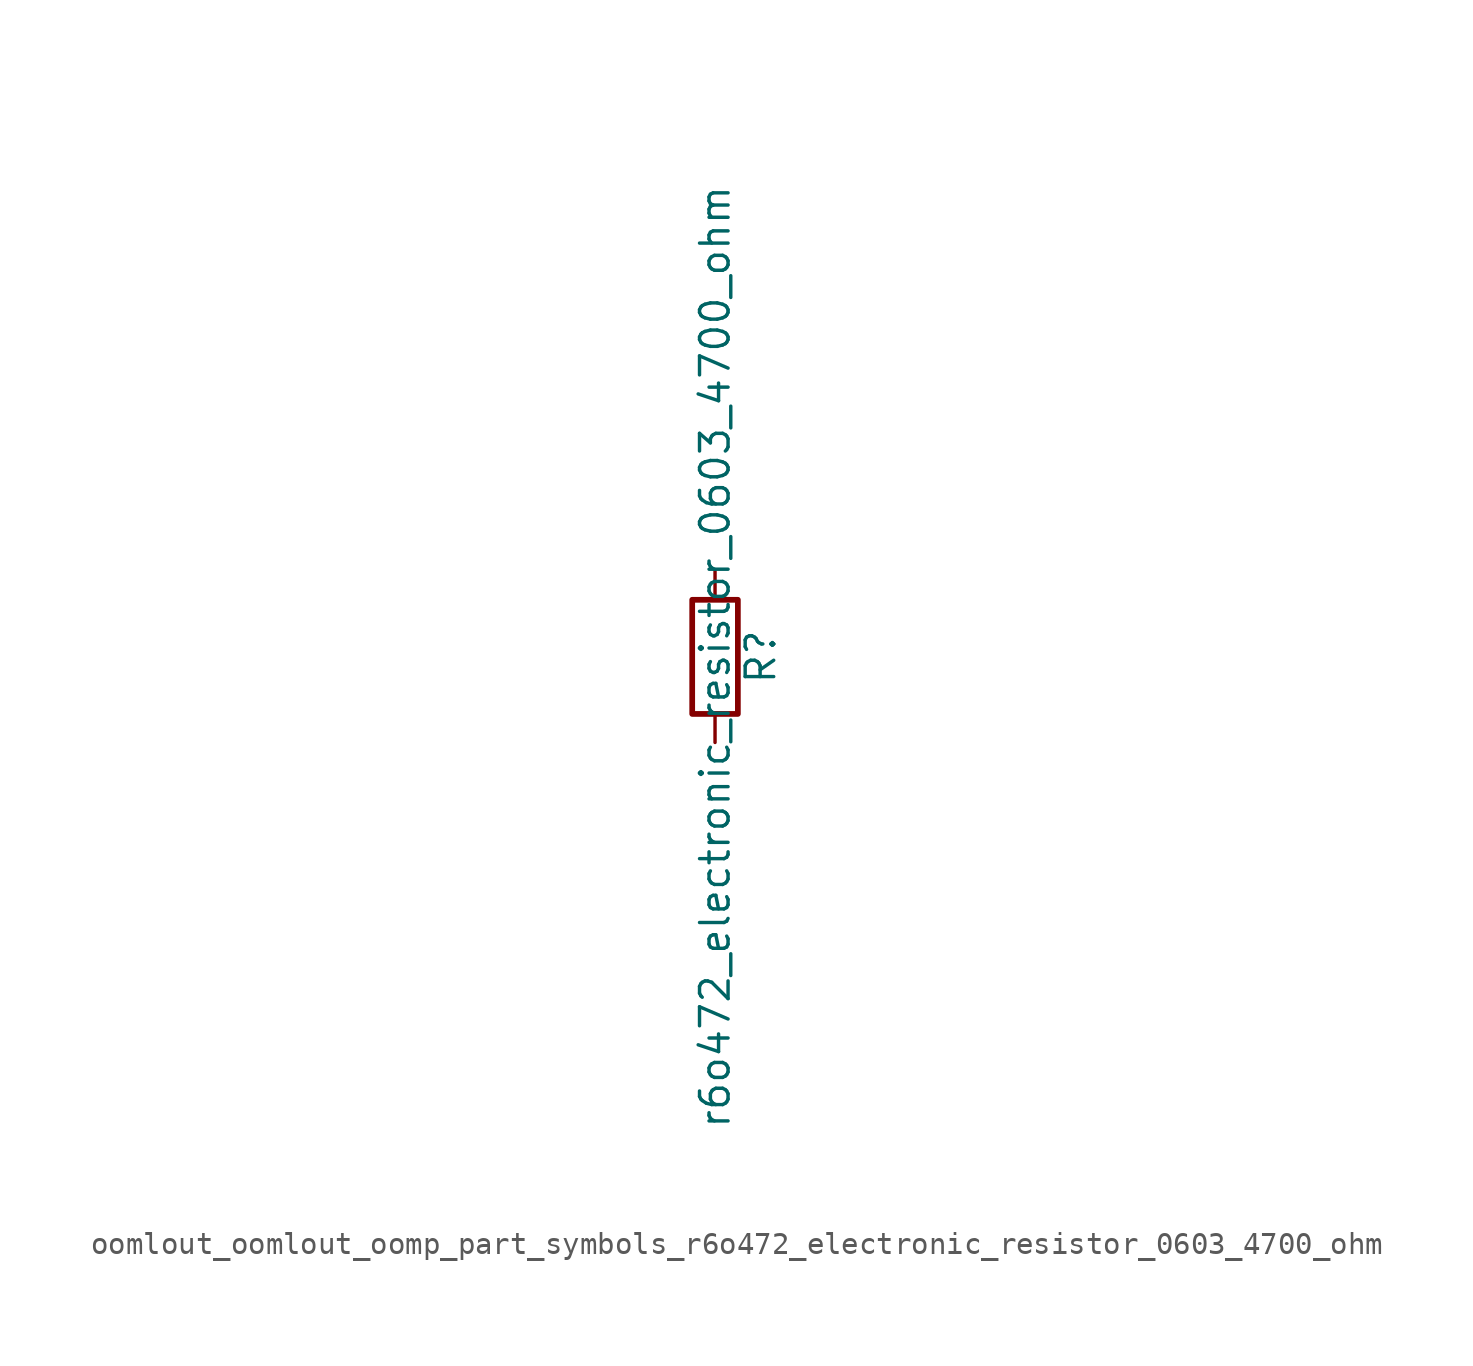
<source format=kicad_sym>
(kicad_symbol_lib
  (version 20220914)
  (generator kicad_symbol_editor)
  (symbol "oomlout_oomlout_oomp_part_symbols_r6o472_electronic_resistor_0603_4700_ohm"
    (pin_numbers hide)
    (pin_names
      (offset 0))
    (property "Reference" "R"
      (at 2.032 0 90)
      (effects (font (size 1.27 1.27))))
    (property "Value" "r6o472_electronic_resistor_0603_4700_ohm"
      (at 0 0 90)
      (effects (font (size 1.27 1.27))))
    (symbol "oomlout_oomlout_oomp_part_symbols_r6o472_electronic_resistor_0603_4700_ohm_0_1"
      (rectangle (start -1.016 -2.54) (end 1.016 2.54) (stroke (width 0.254) (type default)) (fill (type none))))
    (symbol "oomlout_oomlout_oomp_part_symbols_r6o472_electronic_resistor_0603_4700_ohm_1_1"
      (pin passive line (at 0 3.81 270) (length 1.27) (name "~" (effects (font (size 1.27 1.27)))) (number "1" (effects (font (size 1.27 1.27)))))
      (pin passive line (at 0 -3.81 90) (length 1.27) (name "~" (effects (font (size 1.27 1.27)))) (number "2" (effects (font (size 1.27 1.27))))))))
</source>
